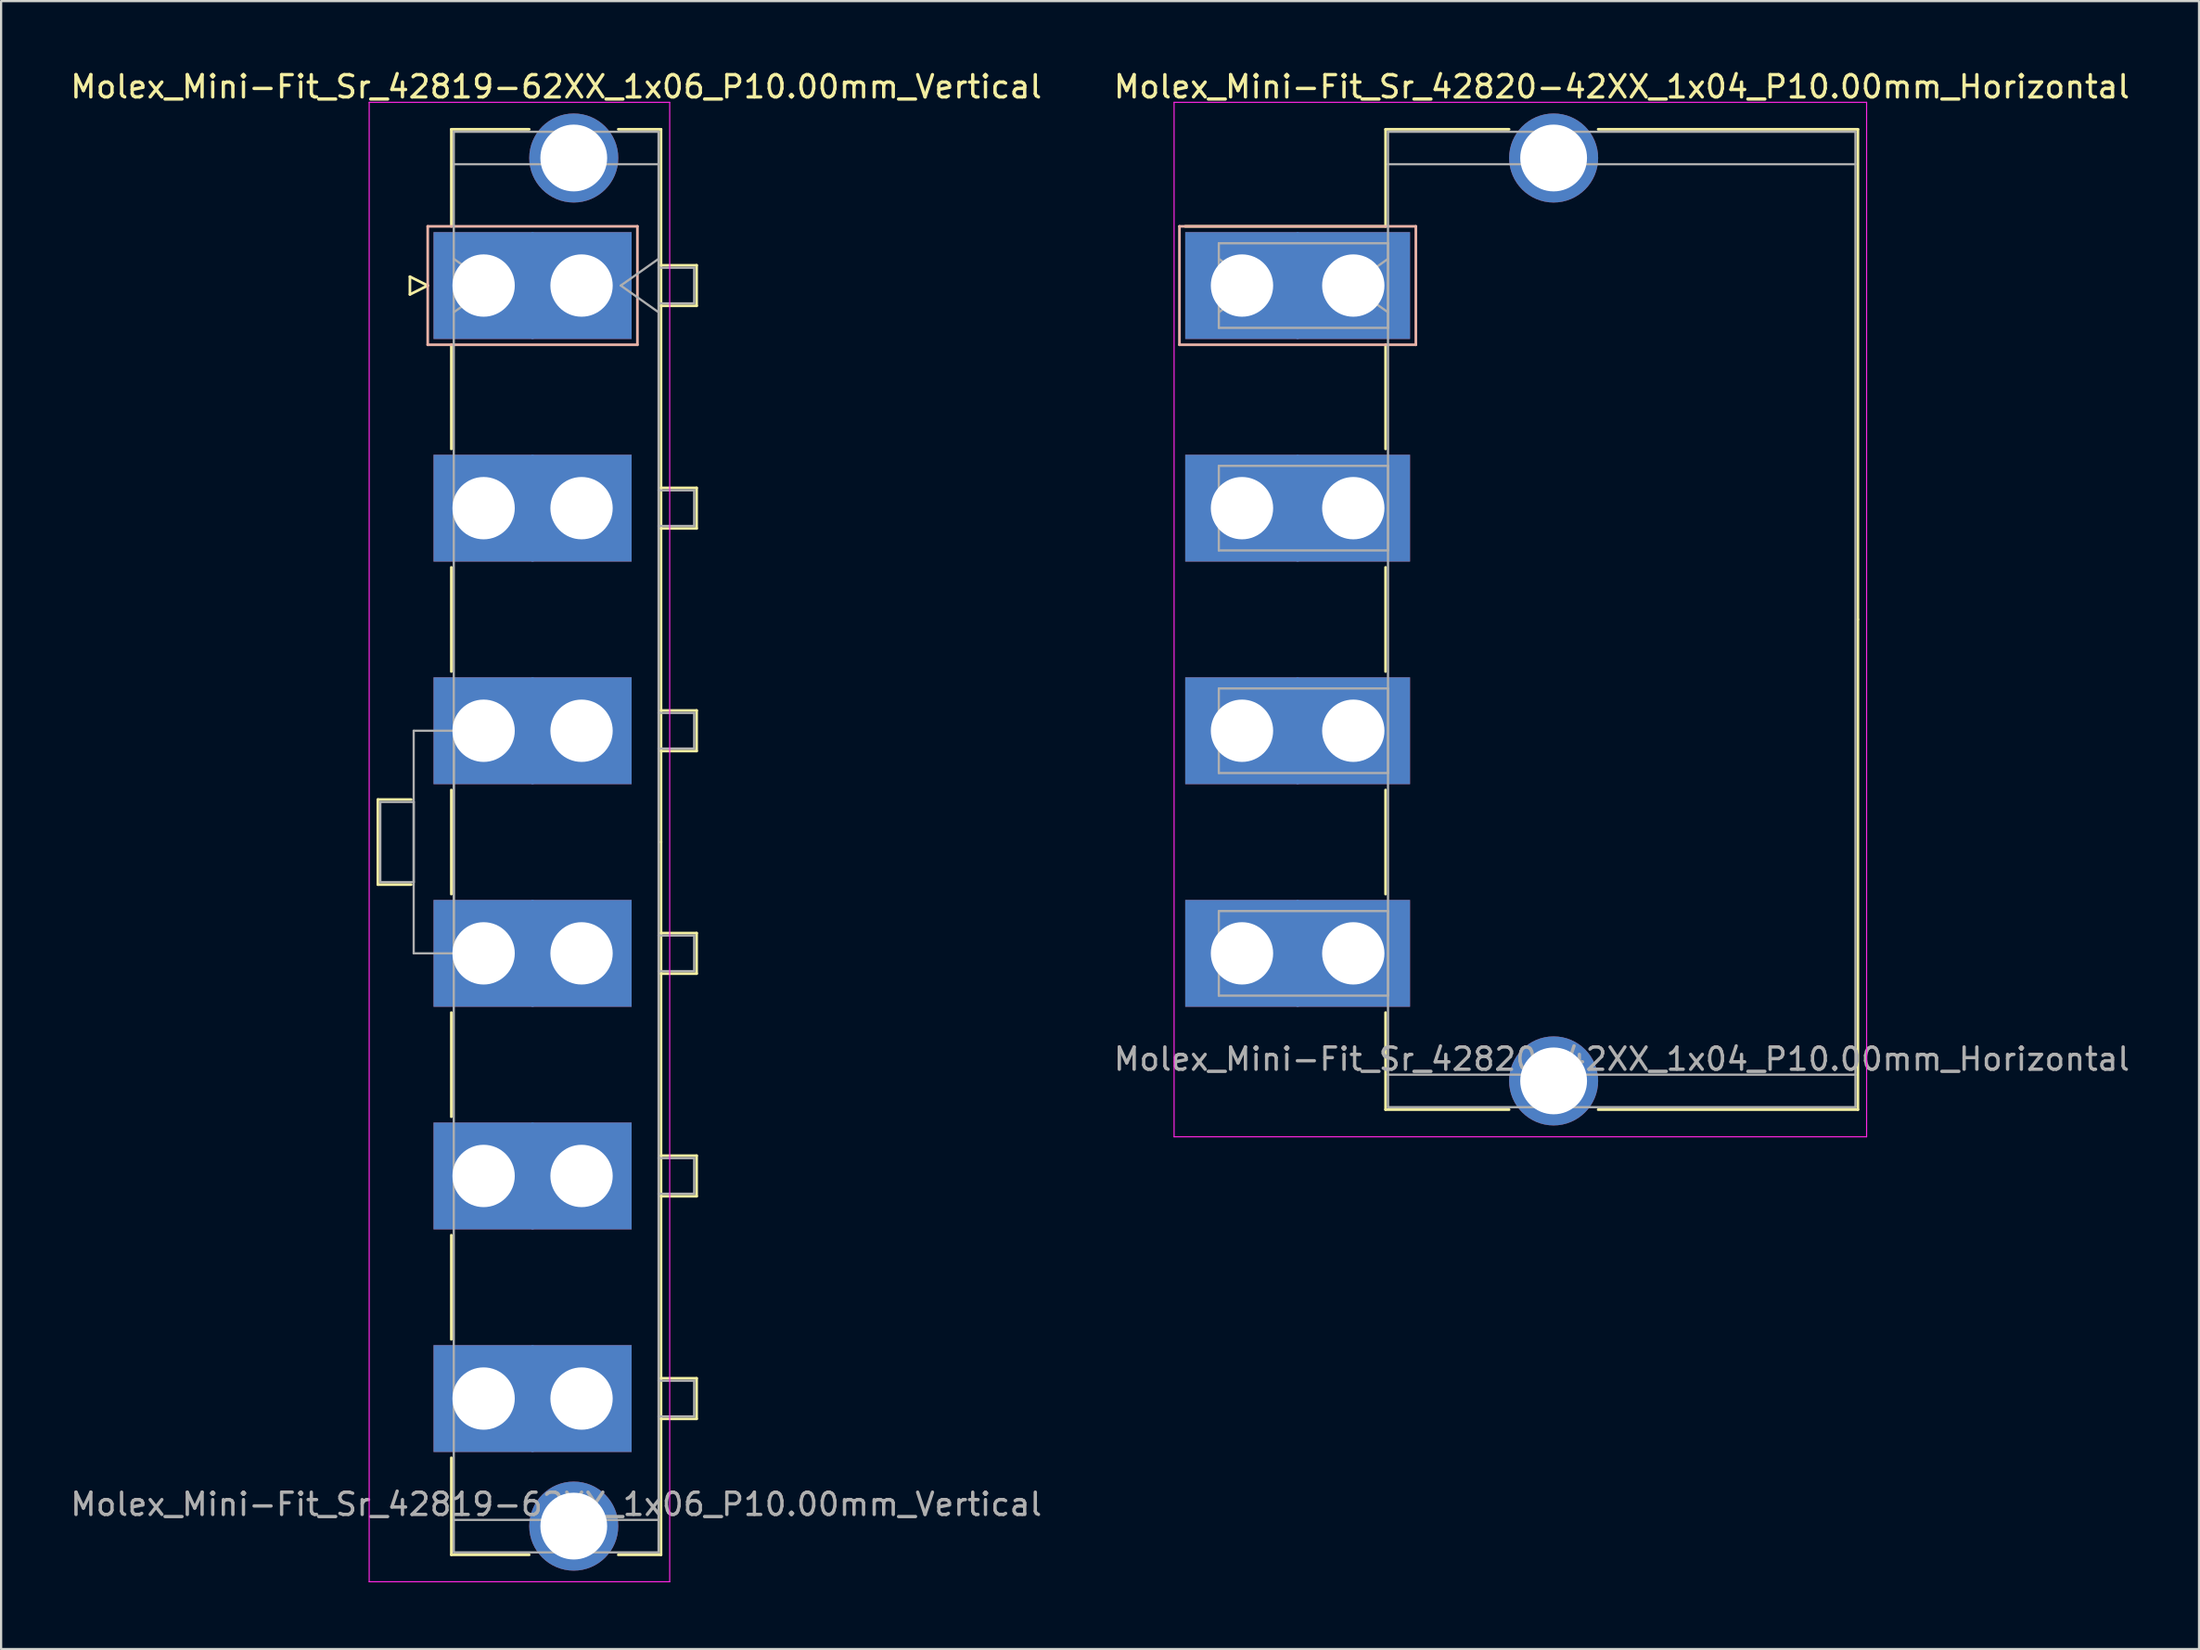
<source format=kicad_pcb>
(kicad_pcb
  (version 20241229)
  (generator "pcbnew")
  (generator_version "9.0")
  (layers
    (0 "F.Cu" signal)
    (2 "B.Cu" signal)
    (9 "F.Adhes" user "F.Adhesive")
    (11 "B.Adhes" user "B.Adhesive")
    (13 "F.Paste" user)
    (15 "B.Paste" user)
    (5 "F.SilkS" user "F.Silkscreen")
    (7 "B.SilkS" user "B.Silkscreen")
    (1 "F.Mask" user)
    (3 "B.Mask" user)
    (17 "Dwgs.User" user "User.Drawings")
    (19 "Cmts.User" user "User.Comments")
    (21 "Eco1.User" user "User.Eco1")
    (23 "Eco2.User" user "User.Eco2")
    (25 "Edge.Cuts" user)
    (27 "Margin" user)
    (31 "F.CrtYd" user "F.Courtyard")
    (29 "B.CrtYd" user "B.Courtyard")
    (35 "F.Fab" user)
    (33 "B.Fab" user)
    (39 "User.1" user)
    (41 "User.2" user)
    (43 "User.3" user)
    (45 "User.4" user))
  (footprint "Molex_Mini-Fit_Sr_42820-42XX_1x04_P10.00mm_Horizontal"
    (layer "F.Cu")
    (at 52.744 9.778)
    (property "Reference" "Molex_Mini-Fit_Sr_42820-42XX_1x04_P10.00mm_Horizontal" (at 17.06 -8.93 0) (layer "F.SilkS") (effects (font (size 1 1) (thickness 0.15))))
    (attr through_hole)
    (fp_line (start 6.45 -7.02) (end 12 -7.02) (stroke (width 0.12) (type solid)) (layer "F.SilkS"))
    (fp_line (start 6.45 -2.66) (end -2.55 -2.66) (stroke (width 0.12) (type solid)) (layer "F.SilkS"))
    (fp_line (start 6.45 -2.66) (end 6.45 -7.02) (stroke (width 0.12) (type solid)) (layer "F.SilkS"))
    (fp_line (start 6.45 2.66) (end 6.45 7.34) (stroke (width 0.12) (type solid)) (layer "F.SilkS"))
    (fp_line (start 6.45 12.66) (end 6.45 17.34) (stroke (width 0.12) (type solid)) (layer "F.SilkS"))
    (fp_line (start 6.45 22.66) (end 6.45 27.34) (stroke (width 0.12) (type solid)) (layer "F.SilkS"))
    (fp_line (start 6.45 32.66) (end 6.45 37.02) (stroke (width 0.12) (type solid)) (layer "F.SilkS"))
    (fp_line (start 6.45 37.02) (end 12 37.02) (stroke (width 0.12) (type solid)) (layer "F.SilkS"))
    (fp_line (start 16 -7.02) (end 27.67 -7.02) (stroke (width 0.12) (type solid)) (layer "F.SilkS"))
    (fp_line (start 16 37.02) (end 27.67 37.02) (stroke (width 0.12) (type solid)) (layer "F.SilkS"))
    (fp_line (start 27.67 -7.02) (end 27.67 15) (stroke (width 0.12) (type solid)) (layer "F.SilkS"))
    (fp_line (start 27.67 37.02) (end 27.67 15) (stroke (width 0.12) (type solid)) (layer "F.SilkS"))
    (fp_line (start -2.81 -2.66) (end -2.81 2.66) (stroke (width 0.12) (type solid)) (layer "B.SilkS"))
    (fp_line (start -2.81 2.66) (end 7.81 2.66) (stroke (width 0.12) (type solid)) (layer "B.SilkS"))
    (fp_line (start 7.81 -2.66) (end -2.81 -2.66) (stroke (width 0.12) (type solid)) (layer "B.SilkS"))
    (fp_line (start 7.81 2.66) (end 7.81 -2.66) (stroke (width 0.12) (type solid)) (layer "B.SilkS"))
    (fp_line (start -3.05 -8.23) (end -3.05 38.24) (stroke (width 0.05) (type solid)) (layer "F.CrtYd"))
    (fp_line (start -3.05 38.24) (end 28.06 38.24) (stroke (width 0.05) (type solid)) (layer "F.CrtYd"))
    (fp_line (start 28.06 -8.23) (end -3.05 -8.23) (stroke (width 0.05) (type solid)) (layer "F.CrtYd"))
    (fp_line (start 28.06 38.24) (end 28.06 -8.23) (stroke (width 0.05) (type solid)) (layer "F.CrtYd"))
    (fp_line (start -1.04 -1.9) (end 6.56 -1.9) (stroke (width 0.1) (type solid)) (layer "F.Fab"))
    (fp_line (start -1.04 -1.2) (end 0.657 0) (stroke (width 0.1) (type solid)) (layer "F.Fab"))
    (fp_line (start -1.04 1.9) (end -1.04 -1.9) (stroke (width 0.1) (type solid)) (layer "F.Fab"))
    (fp_line (start -1.04 8.1) (end 6.56 8.1) (stroke (width 0.1) (type solid)) (layer "F.Fab"))
    (fp_line (start -1.04 11.9) (end -1.04 8.1) (stroke (width 0.1) (type solid)) (layer "F.Fab"))
    (fp_line (start -1.04 18.1) (end 6.56 18.1) (stroke (width 0.1) (type solid)) (layer "F.Fab"))
    (fp_line (start -1.04 21.9) (end -1.04 18.1) (stroke (width 0.1) (type solid)) (layer "F.Fab"))
    (fp_line (start -1.04 28.1) (end 6.56 28.1) (stroke (width 0.1) (type solid)) (layer "F.Fab"))
    (fp_line (start -1.04 31.9) (end -1.04 28.1) (stroke (width 0.1) (type solid)) (layer "F.Fab"))
    (fp_line (start 0.657 0) (end -1.04 1.2) (stroke (width 0.1) (type solid)) (layer "F.Fab"))
    (fp_line (start 4.863 0) (end 6.56 1.2) (stroke (width 0.1) (type solid)) (layer "F.Fab"))
    (fp_line (start 6.56 -6.91) (end 6.56 36.91) (stroke (width 0.1) (type solid)) (layer "F.Fab"))
    (fp_line (start 6.56 -5.45) (end 27.56 -5.45) (stroke (width 0.1) (type solid)) (layer "F.Fab"))
    (fp_line (start 6.56 -1.9) (end 6.56 1.9) (stroke (width 0.1) (type solid)) (layer "F.Fab"))
    (fp_line (start 6.56 -1.2) (end 4.863 0) (stroke (width 0.1) (type solid)) (layer "F.Fab"))
    (fp_line (start 6.56 1.9) (end -1.04 1.9) (stroke (width 0.1) (type solid)) (layer "F.Fab"))
    (fp_line (start 6.56 8.1) (end 6.56 11.9) (stroke (width 0.1) (type solid)) (layer "F.Fab"))
    (fp_line (start 6.56 11.9) (end -1.04 11.9) (stroke (width 0.1) (type solid)) (layer "F.Fab"))
    (fp_line (start 6.56 18.1) (end 6.56 21.9) (stroke (width 0.1) (type solid)) (layer "F.Fab"))
    (fp_line (start 6.56 21.9) (end -1.04 21.9) (stroke (width 0.1) (type solid)) (layer "F.Fab"))
    (fp_line (start 6.56 28.1) (end 6.56 31.9) (stroke (width 0.1) (type solid)) (layer "F.Fab"))
    (fp_line (start 6.56 31.9) (end -1.04 31.9) (stroke (width 0.1) (type solid)) (layer "F.Fab"))
    (fp_line (start 6.56 35.45) (end 27.56 35.45) (stroke (width 0.1) (type solid)) (layer "F.Fab"))
    (fp_line (start 6.56 36.91) (end 27.56 36.91) (stroke (width 0.1) (type solid)) (layer "F.Fab"))
    (fp_line (start 27.56 -6.91) (end 6.56 -6.91) (stroke (width 0.1) (type solid)) (layer "F.Fab"))
    (fp_line (start 27.56 36.91) (end 27.56 -6.91) (stroke (width 0.1) (type solid)) (layer "F.Fab"))
    (fp_text user "${REFERENCE}" (at 17.06 34.75 0) (layer "F.Fab") (effects (font (size 1 1) (thickness 0.15))))
    (pad "" thru_hole circle (at 14 -5.73) (size 4 4) (drill 3) (layers "*.Cu" "*.Mask"))
    (pad "" thru_hole circle (at 14 35.73) (size 4 4) (drill 3) (layers "*.Cu" "*.Mask"))
    (pad "1" thru_hole rect (at 0 0) (size 5.1 4.8) (drill 2.8) (layers "*.Cu" "*.Mask"))
    (pad "1" thru_hole rect (at 5 0) (size 5.1 4.8) (drill 2.8) (layers "*.Cu" "*.Mask"))
    (pad "2" thru_hole rect (at 0 10) (size 5.1 4.8) (drill 2.8) (layers "*.Cu" "*.Mask"))
    (pad "2" thru_hole rect (at 5 10) (size 5.1 4.8) (drill 2.8) (layers "*.Cu" "*.Mask"))
    (pad "3" thru_hole rect (at 0 20) (size 5.1 4.8) (drill 2.8) (layers "*.Cu" "*.Mask"))
    (pad "3" thru_hole rect (at 5 20) (size 5.1 4.8) (drill 2.8) (layers "*.Cu" "*.Mask"))
    (pad "4" thru_hole rect (at 0 30) (size 5.1 4.8) (drill 2.8) (layers "*.Cu" "*.Mask"))
    (pad "4" thru_hole rect (at 5 30) (size 5.1 4.8) (drill 2.8) (layers "*.Cu" "*.Mask")))
  (footprint "Molex_Mini-Fit_Sr_42819-62XX_1x06_P10.00mm_Vertical"
    (layer "F.Cu")
    (at 18.675 9.778)
    (property "Reference" "Molex_Mini-Fit_Sr_42819-62XX_1x06_P10.00mm_Vertical" (at 3.26 -8.93 0) (layer "F.SilkS") (effects (font (size 1 1) (thickness 0.15))))
    (attr through_hole)
    (fp_line (start -4.75 23.09) (end -4.75 26.91) (stroke (width 0.12) (type solid)) (layer "F.SilkS"))
    (fp_line (start -4.75 26.91) (end -3.25 26.91) (stroke (width 0.12) (type solid)) (layer "F.SilkS"))
    (fp_line (start -3.31 -0.4) (end -3.31 0.4) (stroke (width 0.12) (type solid)) (layer "F.SilkS"))
    (fp_line (start -3.31 0.4) (end -2.51 0) (stroke (width 0.12) (type solid)) (layer "F.SilkS"))
    (fp_line (start -3.25 23.09) (end -4.75 23.09) (stroke (width 0.12) (type solid)) (layer "F.SilkS"))
    (fp_line (start -2.51 0) (end -3.31 -0.4) (stroke (width 0.12) (type solid)) (layer "F.SilkS"))
    (fp_line (start -1.45 -7.02) (end 2.05 -7.02) (stroke (width 0.12) (type solid)) (layer "F.SilkS"))
    (fp_line (start -1.45 -2.66) (end -1.45 -7.02) (stroke (width 0.12) (type solid)) (layer "F.SilkS"))
    (fp_line (start -1.45 2.66) (end -1.45 7.34) (stroke (width 0.12) (type solid)) (layer "F.SilkS"))
    (fp_line (start -1.45 12.66) (end -1.45 17.34) (stroke (width 0.12) (type solid)) (layer "F.SilkS"))
    (fp_line (start -1.45 22.66) (end -1.45 27.34) (stroke (width 0.12) (type solid)) (layer "F.SilkS"))
    (fp_line (start -1.45 32.66) (end -1.45 37.34) (stroke (width 0.12) (type solid)) (layer "F.SilkS"))
    (fp_line (start -1.45 42.66) (end -1.45 47.34) (stroke (width 0.12) (type solid)) (layer "F.SilkS"))
    (fp_line (start -1.45 52.66) (end -1.45 57.02) (stroke (width 0.12) (type solid)) (layer "F.SilkS"))
    (fp_line (start -1.45 57.02) (end 2.05 57.02) (stroke (width 0.12) (type solid)) (layer "F.SilkS"))
    (fp_line (start 6.05 -7.02) (end 7.97 -7.02) (stroke (width 0.12) (type solid)) (layer "F.SilkS"))
    (fp_line (start 6.05 57.02) (end 7.97 57.02) (stroke (width 0.12) (type solid)) (layer "F.SilkS"))
    (fp_line (start 7.97 -7.02) (end 7.97 25) (stroke (width 0.12) (type solid)) (layer "F.SilkS"))
    (fp_line (start 7.97 -0.91) (end 9.57 -0.91) (stroke (width 0.12) (type solid)) (layer "F.SilkS"))
    (fp_line (start 7.97 9.09) (end 9.57 9.09) (stroke (width 0.12) (type solid)) (layer "F.SilkS"))
    (fp_line (start 7.97 19.09) (end 9.57 19.09) (stroke (width 0.12) (type solid)) (layer "F.SilkS"))
    (fp_line (start 7.97 29.09) (end 9.57 29.09) (stroke (width 0.12) (type solid)) (layer "F.SilkS"))
    (fp_line (start 7.97 39.09) (end 9.57 39.09) (stroke (width 0.12) (type solid)) (layer "F.SilkS"))
    (fp_line (start 7.97 49.09) (end 9.57 49.09) (stroke (width 0.12) (type solid)) (layer "F.SilkS"))
    (fp_line (start 7.97 57.02) (end 7.97 25) (stroke (width 0.12) (type solid)) (layer "F.SilkS"))
    (fp_line (start 9.57 -0.91) (end 9.57 0.91) (stroke (width 0.12) (type solid)) (layer "F.SilkS"))
    (fp_line (start 9.57 0.91) (end 7.97 0.91) (stroke (width 0.12) (type solid)) (layer "F.SilkS"))
    (fp_line (start 9.57 9.09) (end 9.57 10.91) (stroke (width 0.12) (type solid)) (layer "F.SilkS"))
    (fp_line (start 9.57 10.91) (end 7.97 10.91) (stroke (width 0.12) (type solid)) (layer "F.SilkS"))
    (fp_line (start 9.57 19.09) (end 9.57 20.91) (stroke (width 0.12) (type solid)) (layer "F.SilkS"))
    (fp_line (start 9.57 20.91) (end 7.97 20.91) (stroke (width 0.12) (type solid)) (layer "F.SilkS"))
    (fp_line (start 9.57 29.09) (end 9.57 30.91) (stroke (width 0.12) (type solid)) (layer "F.SilkS"))
    (fp_line (start 9.57 30.91) (end 7.97 30.91) (stroke (width 0.12) (type solid)) (layer "F.SilkS"))
    (fp_line (start 9.57 39.09) (end 9.57 40.91) (stroke (width 0.12) (type solid)) (layer "F.SilkS"))
    (fp_line (start 9.57 40.91) (end 7.97 40.91) (stroke (width 0.12) (type solid)) (layer "F.SilkS"))
    (fp_line (start 9.57 49.09) (end 9.57 50.91) (stroke (width 0.12) (type solid)) (layer "F.SilkS"))
    (fp_line (start 9.57 50.91) (end 7.97 50.91) (stroke (width 0.12) (type solid)) (layer "F.SilkS"))
    (fp_line (start -2.51 -2.66) (end -2.51 2.66) (stroke (width 0.12) (type solid)) (layer "B.SilkS"))
    (fp_line (start -2.51 2.66) (end 6.91 2.66) (stroke (width 0.12) (type solid)) (layer "B.SilkS"))
    (fp_line (start 6.91 -2.66) (end -2.51 -2.66) (stroke (width 0.12) (type solid)) (layer "B.SilkS"))
    (fp_line (start 6.91 2.66) (end 6.91 -2.66) (stroke (width 0.12) (type solid)) (layer "B.SilkS"))
    (fp_line (start -5.14 -8.23) (end -5.14 58.23) (stroke (width 0.05) (type solid)) (layer "F.CrtYd"))
    (fp_line (start -5.14 58.23) (end 8.36 58.23) (stroke (width 0.05) (type solid)) (layer "F.CrtYd"))
    (fp_line (start 8.36 -8.23) (end -5.14 -8.23) (stroke (width 0.05) (type solid)) (layer "F.CrtYd"))
    (fp_line (start 8.36 58.23) (end 8.36 -8.23) (stroke (width 0.05) (type solid)) (layer "F.CrtYd"))
    (fp_line (start -4.64 23.2) (end -3.14 23.2) (stroke (width 0.1) (type solid)) (layer "F.Fab"))
    (fp_line (start -4.64 26.8) (end -4.64 23.2) (stroke (width 0.1) (type solid)) (layer "F.Fab"))
    (fp_line (start -3.14 20) (end -1.34 20) (stroke (width 0.1) (type solid)) (layer "F.Fab"))
    (fp_line (start -3.14 23.2) (end -3.14 26.8) (stroke (width 0.1) (type solid)) (layer "F.Fab"))
    (fp_line (start -3.14 26.8) (end -4.64 26.8) (stroke (width 0.1) (type solid)) (layer "F.Fab"))
    (fp_line (start -3.14 30) (end -3.14 20) (stroke (width 0.1) (type solid)) (layer "F.Fab"))
    (fp_line (start -1.34 -6.91) (end -1.34 56.91) (stroke (width 0.1) (type solid)) (layer "F.Fab"))
    (fp_line (start -1.34 -5.45) (end 7.86 -5.45) (stroke (width 0.1) (type solid)) (layer "F.Fab"))
    (fp_line (start -1.34 -1.2) (end 0.357 0) (stroke (width 0.1) (type solid)) (layer "F.Fab"))
    (fp_line (start -1.34 20) (end -1.34 30) (stroke (width 0.1) (type solid)) (layer "F.Fab"))
    (fp_line (start -1.34 30) (end -3.14 30) (stroke (width 0.1) (type solid)) (layer "F.Fab"))
    (fp_line (start -1.34 55.45) (end 7.86 55.45) (stroke (width 0.1) (type solid)) (layer "F.Fab"))
    (fp_line (start -1.34 56.91) (end 7.86 56.91) (stroke (width 0.1) (type solid)) (layer "F.Fab"))
    (fp_line (start 0.357 0) (end -1.34 1.2) (stroke (width 0.1) (type solid)) (layer "F.Fab"))
    (fp_line (start 6.163 0) (end 7.86 1.2) (stroke (width 0.1) (type solid)) (layer "F.Fab"))
    (fp_line (start 7.86 -6.91) (end -1.34 -6.91) (stroke (width 0.1) (type solid)) (layer "F.Fab"))
    (fp_line (start 7.86 -1.2) (end 6.163 0) (stroke (width 0.1) (type solid)) (layer "F.Fab"))
    (fp_line (start 7.86 -0.8) (end 9.46 -0.8) (stroke (width 0.1) (type solid)) (layer "F.Fab"))
    (fp_line (start 7.86 9.2) (end 9.46 9.2) (stroke (width 0.1) (type solid)) (layer "F.Fab"))
    (fp_line (start 7.86 19.2) (end 9.46 19.2) (stroke (width 0.1) (type solid)) (layer "F.Fab"))
    (fp_line (start 7.86 29.2) (end 9.46 29.2) (stroke (width 0.1) (type solid)) (layer "F.Fab"))
    (fp_line (start 7.86 39.2) (end 9.46 39.2) (stroke (width 0.1) (type solid)) (layer "F.Fab"))
    (fp_line (start 7.86 49.2) (end 9.46 49.2) (stroke (width 0.1) (type solid)) (layer "F.Fab"))
    (fp_line (start 7.86 56.91) (end 7.86 -6.91) (stroke (width 0.1) (type solid)) (layer "F.Fab"))
    (fp_line (start 9.46 -0.8) (end 9.46 0.8) (stroke (width 0.1) (type solid)) (layer "F.Fab"))
    (fp_line (start 9.46 0.8) (end 7.86 0.8) (stroke (width 0.1) (type solid)) (layer "F.Fab"))
    (fp_line (start 9.46 9.2) (end 9.46 10.8) (stroke (width 0.1) (type solid)) (layer "F.Fab"))
    (fp_line (start 9.46 10.8) (end 7.86 10.8) (stroke (width 0.1) (type solid)) (layer "F.Fab"))
    (fp_line (start 9.46 19.2) (end 9.46 20.8) (stroke (width 0.1) (type solid)) (layer "F.Fab"))
    (fp_line (start 9.46 20.8) (end 7.86 20.8) (stroke (width 0.1) (type solid)) (layer "F.Fab"))
    (fp_line (start 9.46 29.2) (end 9.46 30.8) (stroke (width 0.1) (type solid)) (layer "F.Fab"))
    (fp_line (start 9.46 30.8) (end 7.86 30.8) (stroke (width 0.1) (type solid)) (layer "F.Fab"))
    (fp_line (start 9.46 39.2) (end 9.46 40.8) (stroke (width 0.1) (type solid)) (layer "F.Fab"))
    (fp_line (start 9.46 40.8) (end 7.86 40.8) (stroke (width 0.1) (type solid)) (layer "F.Fab"))
    (fp_line (start 9.46 49.2) (end 9.46 50.8) (stroke (width 0.1) (type solid)) (layer "F.Fab"))
    (fp_line (start 9.46 50.8) (end 7.86 50.8) (stroke (width 0.1) (type solid)) (layer "F.Fab"))
    (fp_text user "${REFERENCE}" (at 3.26 54.75 0) (layer "F.Fab") (effects (font (size 1 1) (thickness 0.15))))
    (pad "" thru_hole circle (at 4.05 -5.73) (size 4 4) (drill 3) (layers "*.Cu" "*.Mask"))
    (pad "" thru_hole circle (at 4.05 55.73) (size 4 4) (drill 3) (layers "*.Cu" "*.Mask"))
    (pad "1" thru_hole rect (at 0 0) (size 4.5 4.8) (drill 2.8) (layers "*.Cu" "*.Mask"))
    (pad "1" thru_hole rect (at 4.4 0) (size 4.5 4.8) (drill 2.8) (layers "*.Cu" "*.Mask"))
    (pad "2" thru_hole rect (at 0 10) (size 4.5 4.8) (drill 2.8) (layers "*.Cu" "*.Mask"))
    (pad "2" thru_hole rect (at 4.4 10) (size 4.5 4.8) (drill 2.8) (layers "*.Cu" "*.Mask"))
    (pad "3" thru_hole rect (at 0 20) (size 4.5 4.8) (drill 2.8) (layers "*.Cu" "*.Mask"))
    (pad "3" thru_hole rect (at 4.4 20) (size 4.5 4.8) (drill 2.8) (layers "*.Cu" "*.Mask"))
    (pad "4" thru_hole rect (at 0 30) (size 4.5 4.8) (drill 2.8) (layers "*.Cu" "*.Mask"))
    (pad "4" thru_hole rect (at 4.4 30) (size 4.5 4.8) (drill 2.8) (layers "*.Cu" "*.Mask"))
    (pad "5" thru_hole rect (at 0 40) (size 4.5 4.8) (drill 2.8) (layers "*.Cu" "*.Mask"))
    (pad "5" thru_hole rect (at 4.4 40) (size 4.5 4.8) (drill 2.8) (layers "*.Cu" "*.Mask"))
    (pad "6" thru_hole rect (at 0 50) (size 4.5 4.8) (drill 2.8) (layers "*.Cu" "*.Mask"))
    (pad "6" thru_hole rect (at 4.4 50) (size 4.5 4.8) (drill 2.8) (layers "*.Cu" "*.Mask")))
  (gr_rect
    (start -3 -3)
    (end 95.738 71.033)
    (stroke (width 0.1) (type default))
    (fill no)
    (layer "Edge.Cuts")))
</source>
